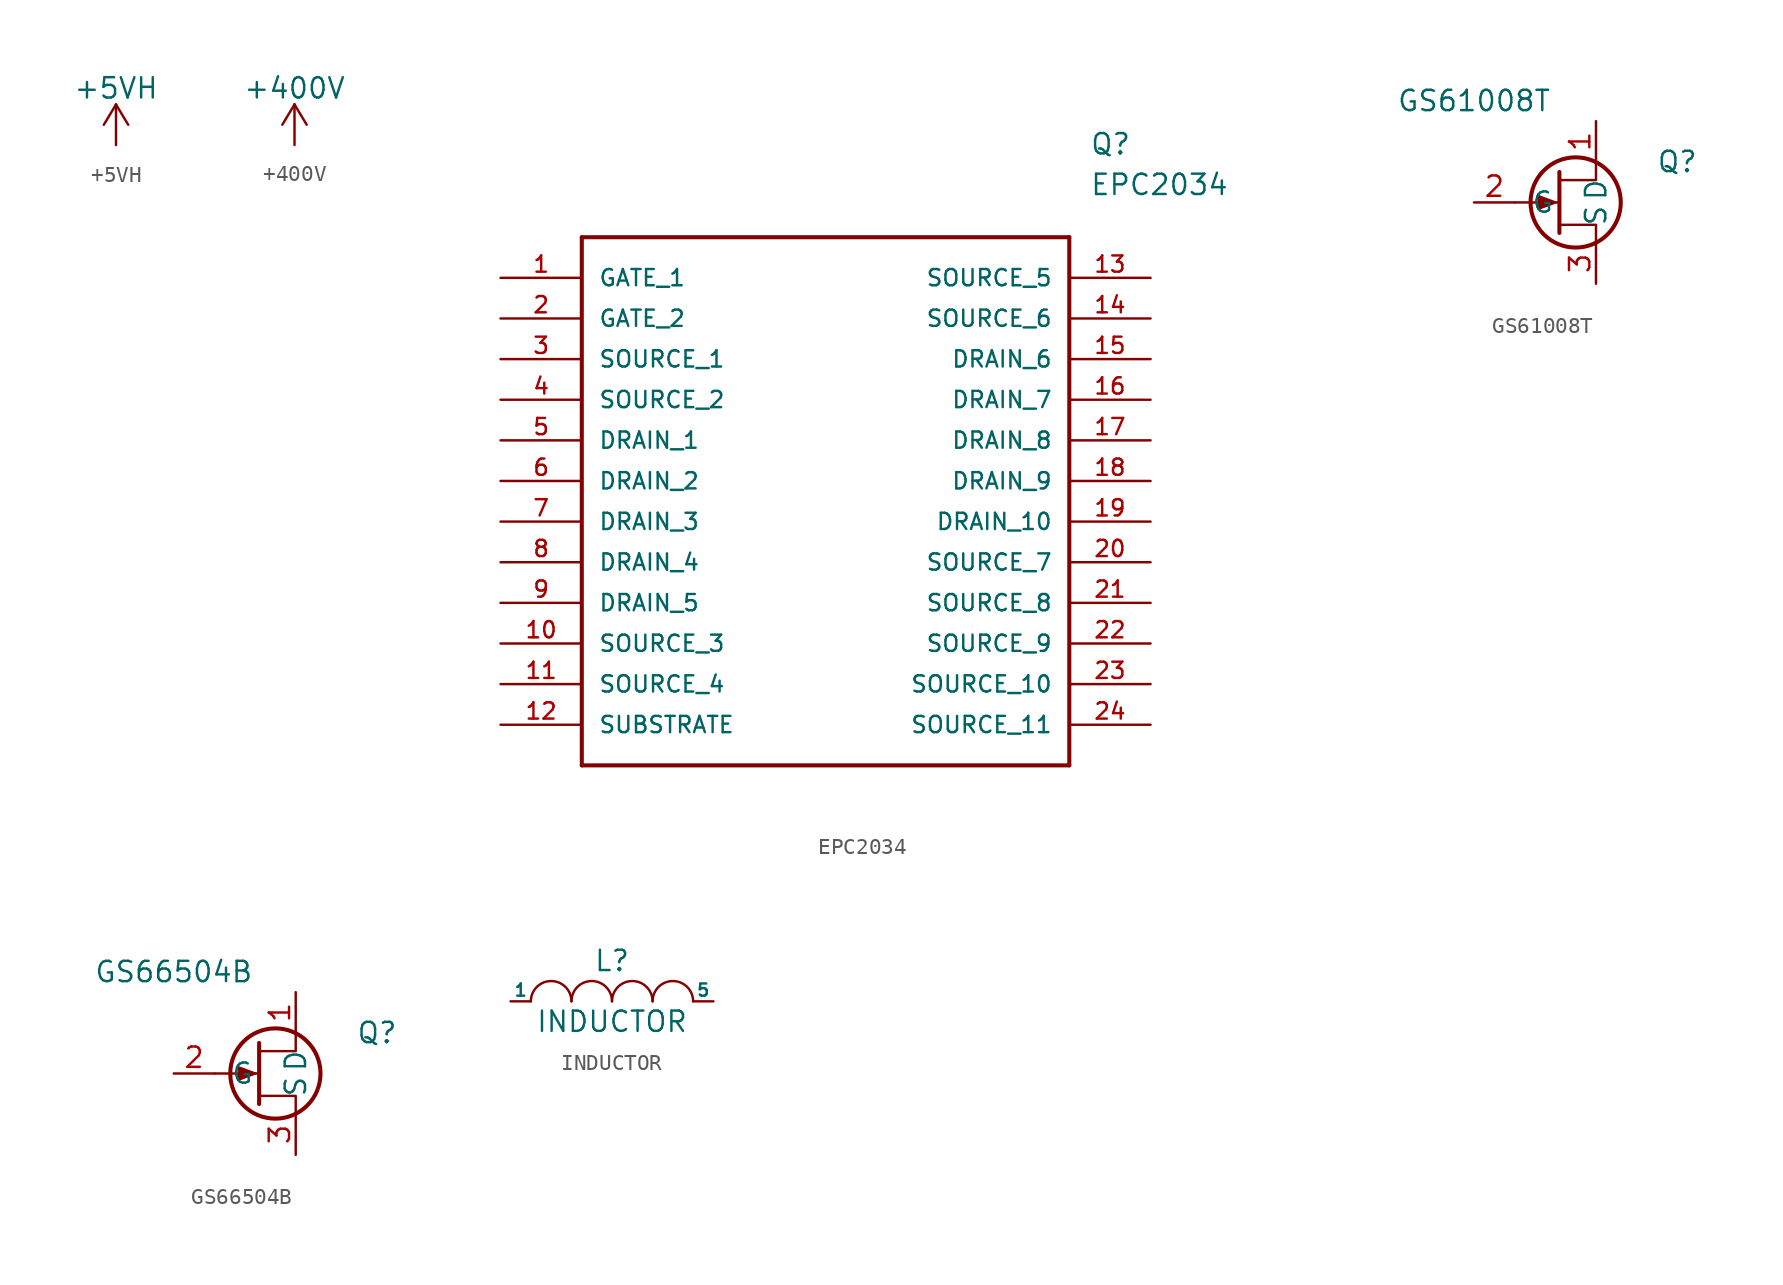
<source format=kicad_sym>
(kicad_symbol_lib
  (version 20220914)
  (generator kicad_symbol_editor)
  (symbol "+5VH"
    (power)
    (pin_names
      (offset 0))
    (property "Reference" "#PWR"
      (at 6.35 -2.54 0)
      (effects (font (size 1.27 1.27)) hide))
    (property "Value" "+5VH"
      (at 0 3.556 0)
      (effects (font (size 1.27 1.27))))
    (symbol "+5VH_0_1"
      (polyline (pts (xy -0.762 1.27) (xy 0 2.54)) (stroke (width 0) (type solid)) (fill (type none)))
      (polyline (pts (xy 0 0) (xy 0 2.54)) (stroke (width 0) (type solid)) (fill (type none)))
      (polyline (pts (xy 0 2.54) (xy 0.762 1.27)) (stroke (width 0) (type solid)) (fill (type none))))
    (symbol "+5VH_1_1"
      (pin power_in line (at 0 0 90) (length 0) hide (name "+1V0" (effects (font (size 1.27 1.27)))) (number "1" (effects (font (size 1.27 1.27)))))))
  (symbol "+400V"
    (power)
    (pin_names
      (offset 0))
    (property "Reference" "#PWR"
      (at 6.35 -2.54 0)
      (effects (font (size 1.27 1.27)) hide))
    (property "Value" "+400V"
      (at 0 3.556 0)
      (effects (font (size 1.27 1.27))))
    (symbol "+400V_0_1"
      (polyline (pts (xy -0.762 1.27) (xy 0 2.54)) (stroke (width 0) (type solid)) (fill (type none)))
      (polyline (pts (xy 0 0) (xy 0 2.54)) (stroke (width 0) (type solid)) (fill (type none)))
      (polyline (pts (xy 0 2.54) (xy 0.762 1.27)) (stroke (width 0) (type solid)) (fill (type none))))
    (symbol "+400V_1_1"
      (pin power_in line (at 0 0 90) (length 0) hide (name "+1V0" (effects (font (size 1.27 1.27)))) (number "1" (effects (font (size 1.27 1.27)))))))
  (symbol "EPC2034"
    (pin_names
      (offset 1.016))
    (property "Reference" "Q"
      (at 36.83 7.62 0)
      (effects (font (size 1.27 1.27)) (justify left bottom)))
    (property "Value" "EPC2034"
      (at 36.83 5.08 0)
      (effects (font (size 1.27 1.27)) (justify left bottom)))
    (symbol "EPC2034_0_0"
      (polyline (pts (xy 5.08 2.54) (xy 5.08 -30.48)) (stroke (width 0.254) (type solid)) (fill (type none)))
      (polyline (pts (xy 5.08 2.54) (xy 35.56 2.54)) (stroke (width 0.254) (type solid)) (fill (type none)))
      (polyline (pts (xy 35.56 -30.48) (xy 5.08 -30.48)) (stroke (width 0.254) (type solid)) (fill (type none)))
      (polyline (pts (xy 35.56 -30.48) (xy 35.56 2.54)) (stroke (width 0.254) (type solid)) (fill (type none)))
      (pin bidirectional line (at 0 0 0) (length 5.08) (name "GATE_1" (effects (font (size 1.016 1.016)))) (number "1" (effects (font (size 1.016 1.016)))))
      (pin bidirectional line (at 0 -22.86 0) (length 5.08) (name "SOURCE_3" (effects (font (size 1.016 1.016)))) (number "10" (effects (font (size 1.016 1.016)))))
      (pin bidirectional line (at 0 -25.4 0) (length 5.08) (name "SOURCE_4" (effects (font (size 1.016 1.016)))) (number "11" (effects (font (size 1.016 1.016)))))
      (pin bidirectional line (at 0 -27.94 0) (length 5.08) (name "SUBSTRATE" (effects (font (size 1.016 1.016)))) (number "12" (effects (font (size 1.016 1.016)))))
      (pin bidirectional line (at 40.64 0 180) (length 5.08) (name "SOURCE_5" (effects (font (size 1.016 1.016)))) (number "13" (effects (font (size 1.016 1.016)))))
      (pin bidirectional line (at 40.64 -2.54 180) (length 5.08) (name "SOURCE_6" (effects (font (size 1.016 1.016)))) (number "14" (effects (font (size 1.016 1.016)))))
      (pin bidirectional line (at 40.64 -5.08 180) (length 5.08) (name "DRAIN_6" (effects (font (size 1.016 1.016)))) (number "15" (effects (font (size 1.016 1.016)))))
      (pin bidirectional line (at 40.64 -7.62 180) (length 5.08) (name "DRAIN_7" (effects (font (size 1.016 1.016)))) (number "16" (effects (font (size 1.016 1.016)))))
      (pin bidirectional line (at 40.64 -10.16 180) (length 5.08) (name "DRAIN_8" (effects (font (size 1.016 1.016)))) (number "17" (effects (font (size 1.016 1.016)))))
      (pin bidirectional line (at 40.64 -12.7 180) (length 5.08) (name "DRAIN_9" (effects (font (size 1.016 1.016)))) (number "18" (effects (font (size 1.016 1.016)))))
      (pin bidirectional line (at 40.64 -15.24 180) (length 5.08) (name "DRAIN_10" (effects (font (size 1.016 1.016)))) (number "19" (effects (font (size 1.016 1.016)))))
      (pin bidirectional line (at 0 -2.54 0) (length 5.08) (name "GATE_2" (effects (font (size 1.016 1.016)))) (number "2" (effects (font (size 1.016 1.016)))))
      (pin bidirectional line (at 40.64 -17.78 180) (length 5.08) (name "SOURCE_7" (effects (font (size 1.016 1.016)))) (number "20" (effects (font (size 1.016 1.016)))))
      (pin bidirectional line (at 40.64 -20.32 180) (length 5.08) (name "SOURCE_8" (effects (font (size 1.016 1.016)))) (number "21" (effects (font (size 1.016 1.016)))))
      (pin bidirectional line (at 40.64 -22.86 180) (length 5.08) (name "SOURCE_9" (effects (font (size 1.016 1.016)))) (number "22" (effects (font (size 1.016 1.016)))))
      (pin bidirectional line (at 40.64 -25.4 180) (length 5.08) (name "SOURCE_10" (effects (font (size 1.016 1.016)))) (number "23" (effects (font (size 1.016 1.016)))))
      (pin bidirectional line (at 40.64 -27.94 180) (length 5.08) (name "SOURCE_11" (effects (font (size 1.016 1.016)))) (number "24" (effects (font (size 1.016 1.016)))))
      (pin bidirectional line (at 0 -5.08 0) (length 5.08) (name "SOURCE_1" (effects (font (size 1.016 1.016)))) (number "3" (effects (font (size 1.016 1.016)))))
      (pin bidirectional line (at 0 -7.62 0) (length 5.08) (name "SOURCE_2" (effects (font (size 1.016 1.016)))) (number "4" (effects (font (size 1.016 1.016)))))
      (pin bidirectional line (at 0 -10.16 0) (length 5.08) (name "DRAIN_1" (effects (font (size 1.016 1.016)))) (number "5" (effects (font (size 1.016 1.016)))))
      (pin bidirectional line (at 0 -12.7 0) (length 5.08) (name "DRAIN_2" (effects (font (size 1.016 1.016)))) (number "6" (effects (font (size 1.016 1.016)))))
      (pin bidirectional line (at 0 -15.24 0) (length 5.08) (name "DRAIN_3" (effects (font (size 1.016 1.016)))) (number "7" (effects (font (size 1.016 1.016)))))
      (pin bidirectional line (at 0 -17.78 0) (length 5.08) (name "DRAIN_4" (effects (font (size 1.016 1.016)))) (number "8" (effects (font (size 1.016 1.016)))))
      (pin bidirectional line (at 0 -20.32 0) (length 5.08) (name "DRAIN_5" (effects (font (size 1.016 1.016)))) (number "9" (effects (font (size 1.016 1.016)))))))
  (symbol "GS61008T"
    (pin_names
      (offset 1.016))
    (property "Reference" "Q"
      (at 6.35 2.54 0)
      (effects (font (size 1.27 1.27))))
    (property "Value" "GS61008T"
      (at -6.35 6.35 0)
      (effects (font (size 1.27 1.27))))
    (symbol "GS61008T_1_1"
      (polyline (pts (xy -1.016 0) (xy -3.81 0)) (stroke (width 0) (type solid)) (fill (type none)))
      (polyline (pts (xy -1.016 1.905) (xy -1.016 -1.905)) (stroke (width 0.254) (type solid)) (fill (type none)))
      (polyline (pts (xy 1.27 -2.54) (xy 1.27 -1.397) (xy -1.016 -1.397)) (stroke (width 0) (type solid)) (fill (type none)))
      (polyline (pts (xy 1.27 2.54) (xy 1.27 1.397) (xy -1.016 1.397)) (stroke (width 0) (type solid)) (fill (type none)))
      (polyline (pts (xy -1.27 0) (xy -2.286 0.381) (xy -2.286 -0.381) (xy -1.27 0)) (stroke (width 0) (type solid)) (fill (type outline)))
      (circle (center 0 0) (radius 2.819) (stroke (width 0.254) (type solid)) (fill (type none)))
      (pin passive line (at 1.27 5.08 270) (length 2.54) (name "D" (effects (font (size 1.27 1.27)))) (number "1" (effects (font (size 1.27 1.27)))))
      (pin input line (at -6.35 0 0) (length 2.54) (name "G" (effects (font (size 1.27 1.27)))) (number "2" (effects (font (size 1.27 1.27)))))
      (pin passive line (at 1.27 -5.08 90) (length 2.54) (name "S" (effects (font (size 1.27 1.27)))) (number "3" (effects (font (size 1.27 1.27)))))
      (pin input line (at -6.35 0 0) (length 2.54) hide (name "G" (effects (font (size 1.27 1.27)))) (number "4" (effects (font (size 1.27 1.27)))))))
  (symbol "GS66504B"
    (pin_names
      (offset 1.016))
    (property "Reference" "Q"
      (at 6.35 2.54 0)
      (effects (font (size 1.27 1.27))))
    (property "Value" "GS66504B"
      (at -6.35 6.35 0)
      (effects (font (size 1.27 1.27))))
    (symbol "GS66504B_1_1"
      (polyline (pts (xy -1.016 0) (xy -3.81 0)) (stroke (width 0) (type solid)) (fill (type none)))
      (polyline (pts (xy -1.016 1.905) (xy -1.016 -1.905)) (stroke (width 0.254) (type solid)) (fill (type none)))
      (polyline (pts (xy 1.27 -2.54) (xy 1.27 -1.397) (xy -1.016 -1.397)) (stroke (width 0) (type solid)) (fill (type none)))
      (polyline (pts (xy 1.27 2.54) (xy 1.27 1.397) (xy -1.016 1.397)) (stroke (width 0) (type solid)) (fill (type none)))
      (polyline (pts (xy -1.27 0) (xy -2.286 0.381) (xy -2.286 -0.381) (xy -1.27 0)) (stroke (width 0) (type solid)) (fill (type outline)))
      (circle (center 0 0) (radius 2.819) (stroke (width 0.254) (type solid)) (fill (type none)))
      (pin passive line (at 1.27 5.08 270) (length 2.54) (name "D" (effects (font (size 1.27 1.27)))) (number "1" (effects (font (size 1.27 1.27)))))
      (pin input line (at -6.35 0 0) (length 2.54) (name "G" (effects (font (size 1.27 1.27)))) (number "2" (effects (font (size 1.27 1.27)))))
      (pin passive line (at 1.27 -5.08 90) (length 2.54) (name "S" (effects (font (size 1.27 1.27)))) (number "3" (effects (font (size 1.27 1.27)))))))
  (symbol "INDUCTOR"
    (pin_numbers hide)
    (pin_names
      (offset 0))
    (property "Reference" "L"
      (at 0 2.54 0)
      (effects (font (size 1.27 1.27))))
    (property "Value" "INDUCTOR"
      (at 0 -1.27 0)
      (effects (font (size 1.27 1.27))))
    (symbol "INDUCTOR_0_1"
      (arc (start -2.54 0) (mid -3.81 1.2645) (end -5.08 0) (stroke (width 0) (type solid)) (fill (type none)))
      (arc (start 0 0) (mid -1.27 1.2645) (end -2.54 0) (stroke (width 0) (type solid)) (fill (type none)))
      (arc (start 2.54 0) (mid 1.27 1.2645) (end 0 0) (stroke (width 0) (type solid)) (fill (type none)))
      (arc (start 5.08 0) (mid 3.81 1.2645) (end 2.54 0) (stroke (width 0) (type solid)) (fill (type none))))
    (symbol "INDUCTOR_1_1"
      (pin input line (at -6.35 0 0) (length 1.27) (name "1" (effects (font (size 0.762 0.762)))) (number "1" (effects (font (size 0.762 0.762)))))
      (pin input line (at -6.35 0 0) (length 1.27) hide (name "2" (effects (font (size 0.762 0.762)))) (number "2" (effects (font (size 0.762 0.762)))))
      (pin input line (at -6.35 0 0) (length 1.27) hide (name "3" (effects (font (size 0.762 0.762)))) (number "3" (effects (font (size 0.762 0.762)))))
      (pin input line (at -6.35 0 0) (length 1.27) hide (name "4" (effects (font (size 0.762 0.762)))) (number "4" (effects (font (size 0.762 0.762)))))
      (pin input line (at 6.35 0 180) (length 1.27) (name "5" (effects (font (size 0.762 0.762)))) (number "5" (effects (font (size 0.762 0.762)))))
      (pin input line (at 6.35 0 180) (length 1.27) hide (name "6" (effects (font (size 0.762 0.762)))) (number "6" (effects (font (size 0.762 0.762)))))
      (pin input line (at 6.35 0 180) (length 1.27) hide (name "7" (effects (font (size 0.762 0.762)))) (number "7" (effects (font (size 0.762 0.762)))))
      (pin input line (at 6.35 0 180) (length 1.27) hide (name "8" (effects (font (size 0.762 0.762)))) (number "8" (effects (font (size 0.762 0.762))))))))
</source>
